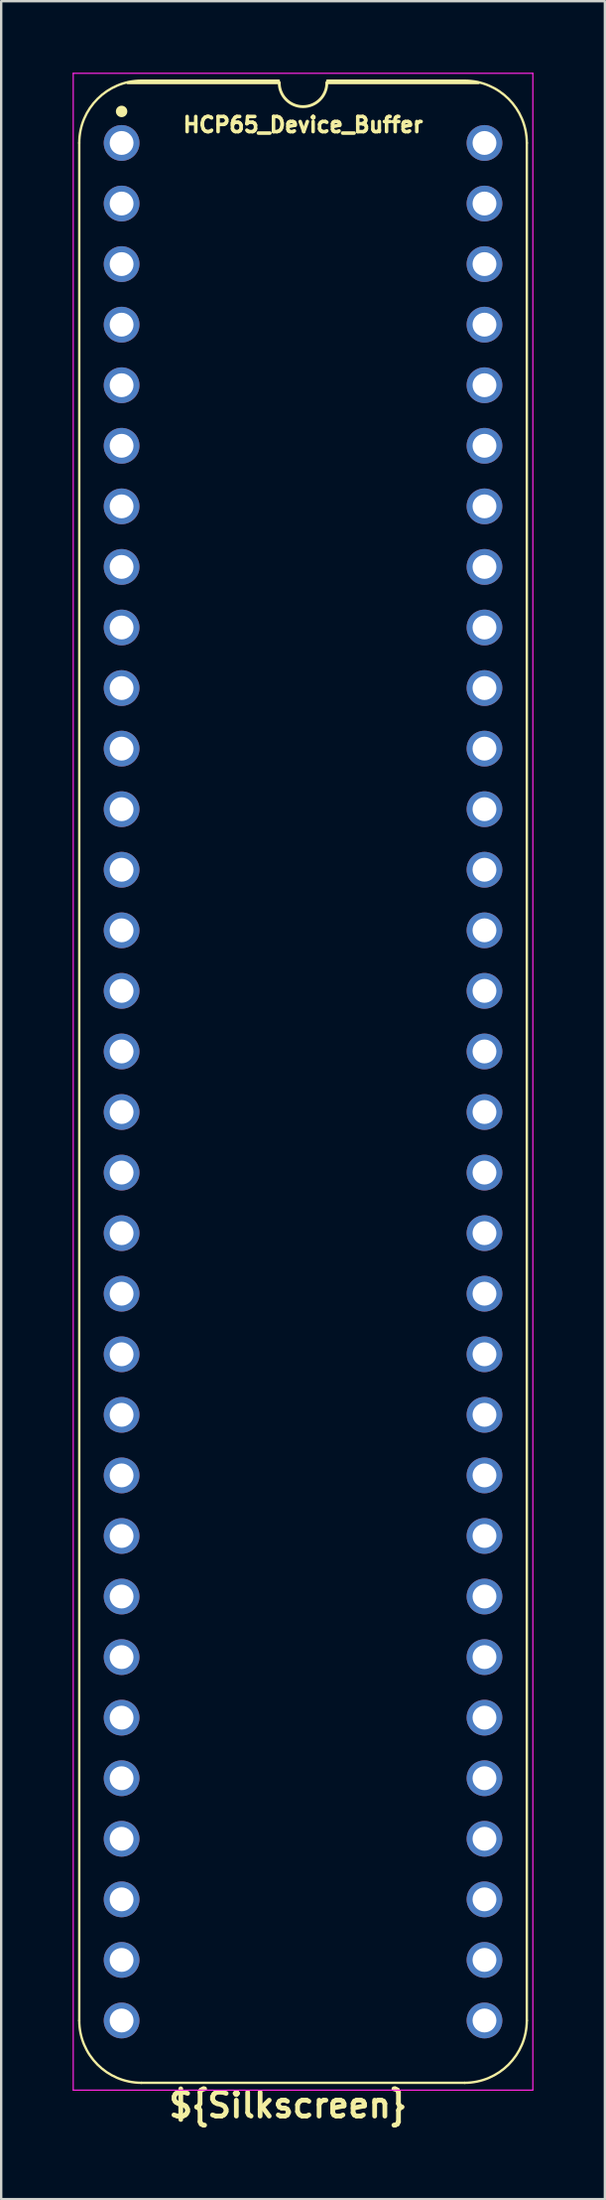
<source format=kicad_pcb>
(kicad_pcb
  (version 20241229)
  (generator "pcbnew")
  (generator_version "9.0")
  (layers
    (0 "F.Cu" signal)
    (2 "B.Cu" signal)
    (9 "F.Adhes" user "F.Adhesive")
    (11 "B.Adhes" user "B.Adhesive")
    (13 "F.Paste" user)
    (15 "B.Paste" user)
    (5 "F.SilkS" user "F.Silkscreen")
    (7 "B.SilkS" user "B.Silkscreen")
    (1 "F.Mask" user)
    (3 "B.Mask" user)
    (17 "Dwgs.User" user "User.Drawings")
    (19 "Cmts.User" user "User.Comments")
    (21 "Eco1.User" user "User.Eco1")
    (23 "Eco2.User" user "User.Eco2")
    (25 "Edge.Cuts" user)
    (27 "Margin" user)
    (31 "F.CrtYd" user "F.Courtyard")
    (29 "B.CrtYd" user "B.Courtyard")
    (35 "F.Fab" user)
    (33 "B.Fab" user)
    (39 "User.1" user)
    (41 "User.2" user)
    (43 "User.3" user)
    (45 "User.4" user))
  (footprint "HCP65_Device_Buffer"
    (layer "F.Cu")
    (at 2.057 2.946)
    (property "Reference" "HCP65_Device_Buffer" (at 7.62 -0.762 0) (layer "F.SilkS") (effects (font (size 0.635 0.635) (thickness 0.15))))
    (property "Silkscreen" "${Silkscreen}" (at 6.985 82.296 0) (layer "F.SilkS") (effects (font (size 1 1) (thickness 0.2))))
    (attr through_hole)
    (fp_line (start -1.778 78.74) (end -1.778 0) (stroke (width 0.1) (type solid)) (layer "F.SilkS"))
    (fp_line (start 0.836 -2.614) (end 6.604 -2.614) (stroke (width 0.1) (type solid)) (layer "F.SilkS"))
    (fp_line (start 6.62 -2.524) (end 0.254 -2.524) (stroke (width 0.12) (type solid)) (layer "F.SilkS"))
    (fp_line (start 8.636 -2.614) (end 14.404 -2.614) (stroke (width 0.1) (type solid)) (layer "F.SilkS"))
    (fp_line (start 14.404 81.354) (end 0.836 81.354) (stroke (width 0.1) (type solid)) (layer "F.SilkS"))
    (fp_line (start 14.986 -2.524) (end 8.62 -2.524) (stroke (width 0.12) (type solid)) (layer "F.SilkS"))
    (fp_line (start 17.018 78.74) (end 17.018 0) (stroke (width 0.1) (type solid)) (layer "F.SilkS"))
    (fp_arc (start -1.778 0) (mid -1.012456 -1.848188) (end 0.835732 -2.613732) (stroke (width 0.1) (type solid)) (layer "F.SilkS"))
    (fp_arc (start 0.835733 81.353733) (mid -1.012456 80.588189) (end -1.778 78.74) (stroke (width 0.1) (type solid)) (layer "F.SilkS"))
    (fp_arc (start 8.62 -2.524) (mid 7.62 -1.524) (end 6.62 -2.524) (stroke (width 0.12) (type solid)) (layer "F.SilkS"))
    (fp_arc (start 14.404268 -2.613732) (mid 16.252456 -1.848188) (end 17.018 0) (stroke (width 0.1) (type solid)) (layer "F.SilkS"))
    (fp_arc (start 17.018001 78.740001) (mid 16.252456 80.588188) (end 14.404269 81.353733) (stroke (width 0.1) (type solid)) (layer "F.SilkS"))
    (fp_circle (center 0 -1.323) (end 0.18 -1.323) (stroke (width 0.12) (type solid)) (fill yes) (layer "F.SilkS"))
    (fp_line (start -2.032 -2.921) (end -2.032 81.661) (stroke (width 0.05) (type solid)) (layer "F.CrtYd"))
    (fp_line (start -2.032 -2.921) (end 17.272 -2.921) (stroke (width 0.05) (type solid)) (layer "F.CrtYd"))
    (fp_line (start -2.032 81.661) (end 17.272 81.661) (stroke (width 0.05) (type solid)) (layer "F.CrtYd"))
    (fp_line (start 17.272 -2.921) (end 17.272 81.661) (stroke (width 0.05) (type solid)) (layer "F.CrtYd"))
    (pad "1" thru_hole circle (at 0 0) (size 1.5 1.5) (drill 1) (layers "*.Cu" "*.Mask"))
    (pad "2" thru_hole circle (at 0 2.54) (size 1.5 1.5) (drill 1) (layers "*.Cu" "*.Mask"))
    (pad "3" thru_hole circle (at 0 5.08) (size 1.5 1.5) (drill 1) (layers "*.Cu" "*.Mask"))
    (pad "4" thru_hole circle (at 0 7.62) (size 1.5 1.5) (drill 1) (layers "*.Cu" "*.Mask"))
    (pad "5" thru_hole circle (at 0 10.16) (size 1.5 1.5) (drill 1) (layers "*.Cu" "*.Mask"))
    (pad "6" thru_hole circle (at 0 12.7) (size 1.5 1.5) (drill 1) (layers "*.Cu" "*.Mask"))
    (pad "7" thru_hole circle (at 0 15.24) (size 1.5 1.5) (drill 1) (layers "*.Cu" "*.Mask"))
    (pad "8" thru_hole circle (at 0 17.78) (size 1.5 1.5) (drill 1) (layers "*.Cu" "*.Mask"))
    (pad "9" thru_hole circle (at 0 20.32) (size 1.5 1.5) (drill 1) (layers "*.Cu" "*.Mask"))
    (pad "10" thru_hole circle (at 0 22.86) (size 1.5 1.5) (drill 1) (layers "*.Cu" "*.Mask"))
    (pad "11" thru_hole circle (at 0 25.4) (size 1.5 1.5) (drill 1) (layers "*.Cu" "*.Mask"))
    (pad "12" thru_hole circle (at 0 27.94) (size 1.5 1.5) (drill 1) (layers "*.Cu" "*.Mask"))
    (pad "13" thru_hole circle (at 0 30.48) (size 1.5 1.5) (drill 1) (layers "*.Cu" "*.Mask"))
    (pad "14" thru_hole circle (at 0 33.02) (size 1.5 1.5) (drill 1) (layers "*.Cu" "*.Mask"))
    (pad "15" thru_hole circle (at 0 35.56) (size 1.5 1.5) (drill 1) (layers "*.Cu" "*.Mask"))
    (pad "16" thru_hole circle (at 0 38.1) (size 1.5 1.5) (drill 1) (layers "*.Cu" "*.Mask"))
    (pad "17" thru_hole circle (at 0 40.64) (size 1.5 1.5) (drill 1) (layers "*.Cu" "*.Mask"))
    (pad "18" thru_hole circle (at 0 43.18) (size 1.5 1.5) (drill 1) (layers "*.Cu" "*.Mask"))
    (pad "19" thru_hole circle (at 0 45.72) (size 1.5 1.5) (drill 1) (layers "*.Cu" "*.Mask"))
    (pad "20" thru_hole circle (at 0 48.26) (size 1.5 1.5) (drill 1) (layers "*.Cu" "*.Mask"))
    (pad "21" thru_hole circle (at 0 50.8) (size 1.5 1.5) (drill 1) (layers "*.Cu" "*.Mask"))
    (pad "22" thru_hole circle (at 0 53.34) (size 1.5 1.5) (drill 1) (layers "*.Cu" "*.Mask"))
    (pad "23" thru_hole circle (at 0 55.88) (size 1.5 1.5) (drill 1) (layers "*.Cu" "*.Mask"))
    (pad "24" thru_hole circle (at 0 58.42) (size 1.5 1.5) (drill 1) (layers "*.Cu" "*.Mask"))
    (pad "25" thru_hole circle (at 0 60.96) (size 1.5 1.5) (drill 1) (layers "*.Cu" "*.Mask"))
    (pad "26" thru_hole circle (at 0 63.5) (size 1.5 1.5) (drill 1) (layers "*.Cu" "*.Mask"))
    (pad "27" thru_hole circle (at 0 66.04) (size 1.5 1.5) (drill 1) (layers "*.Cu" "*.Mask"))
    (pad "28" thru_hole circle (at 0 68.58) (size 1.5 1.5) (drill 1) (layers "*.Cu" "*.Mask"))
    (pad "29" thru_hole circle (at 0 71.12) (size 1.5 1.5) (drill 1) (layers "*.Cu" "*.Mask"))
    (pad "30" thru_hole circle (at 0 73.66) (size 1.5 1.5) (drill 1) (layers "*.Cu" "*.Mask"))
    (pad "31" thru_hole circle (at 0 76.2) (size 1.5 1.5) (drill 1) (layers "*.Cu" "*.Mask"))
    (pad "32" thru_hole circle (at 0 78.74) (size 1.5 1.5) (drill 1) (layers "*.Cu" "*.Mask"))
    (pad "33" thru_hole circle (at 15.24 78.74) (size 1.5 1.5) (drill 1) (layers "*.Cu" "*.Mask"))
    (pad "34" thru_hole circle (at 15.24 76.2) (size 1.5 1.5) (drill 1) (layers "*.Cu" "*.Mask"))
    (pad "35" thru_hole circle (at 15.24 73.66) (size 1.5 1.5) (drill 1) (layers "*.Cu" "*.Mask"))
    (pad "36" thru_hole circle (at 15.24 71.12) (size 1.5 1.5) (drill 1) (layers "*.Cu" "*.Mask"))
    (pad "37" thru_hole circle (at 15.24 68.58) (size 1.5 1.5) (drill 1) (layers "*.Cu" "*.Mask"))
    (pad "38" thru_hole circle (at 15.24 66.04) (size 1.5 1.5) (drill 1) (layers "*.Cu" "*.Mask"))
    (pad "39" thru_hole circle (at 15.24 63.5) (size 1.5 1.5) (drill 1) (layers "*.Cu" "*.Mask"))
    (pad "40" thru_hole circle (at 15.24 60.96) (size 1.5 1.5) (drill 1) (layers "*.Cu" "*.Mask"))
    (pad "41" thru_hole circle (at 15.24 58.42) (size 1.5 1.5) (drill 1) (layers "*.Cu" "*.Mask"))
    (pad "42" thru_hole circle (at 15.24 55.88) (size 1.5 1.5) (drill 1) (layers "*.Cu" "*.Mask"))
    (pad "43" thru_hole circle (at 15.24 53.34) (size 1.5 1.5) (drill 1) (layers "*.Cu" "*.Mask"))
    (pad "44" thru_hole circle (at 15.24 50.8) (size 1.5 1.5) (drill 1) (layers "*.Cu" "*.Mask"))
    (pad "45" thru_hole circle (at 15.24 48.26) (size 1.5 1.5) (drill 1) (layers "*.Cu" "*.Mask"))
    (pad "46" thru_hole circle (at 15.24 45.72) (size 1.5 1.5) (drill 1) (layers "*.Cu" "*.Mask"))
    (pad "47" thru_hole circle (at 15.24 43.18) (size 1.5 1.5) (drill 1) (layers "*.Cu" "*.Mask"))
    (pad "48" thru_hole circle (at 15.24 40.64) (size 1.5 1.5) (drill 1) (layers "*.Cu" "*.Mask"))
    (pad "49" thru_hole circle (at 15.24 38.1) (size 1.5 1.5) (drill 1) (layers "*.Cu" "*.Mask"))
    (pad "50" thru_hole circle (at 15.24 35.56) (size 1.5 1.5) (drill 1) (layers "*.Cu" "*.Mask"))
    (pad "51" thru_hole circle (at 15.24 33.02) (size 1.5 1.5) (drill 1) (layers "*.Cu" "*.Mask"))
    (pad "52" thru_hole circle (at 15.24 30.48) (size 1.5 1.5) (drill 1) (layers "*.Cu" "*.Mask"))
    (pad "53" thru_hole circle (at 15.24 27.94) (size 1.5 1.5) (drill 1) (layers "*.Cu" "*.Mask"))
    (pad "54" thru_hole circle (at 15.24 25.4) (size 1.5 1.5) (drill 1) (layers "*.Cu" "*.Mask"))
    (pad "55" thru_hole circle (at 15.24 22.86) (size 1.5 1.5) (drill 1) (layers "*.Cu" "*.Mask"))
    (pad "56" thru_hole circle (at 15.24 20.32) (size 1.5 1.5) (drill 1) (layers "*.Cu" "*.Mask"))
    (pad "57" thru_hole circle (at 15.24 17.78) (size 1.5 1.5) (drill 1) (layers "*.Cu" "*.Mask"))
    (pad "58" thru_hole circle (at 15.24 15.24) (size 1.5 1.5) (drill 1) (layers "*.Cu" "*.Mask"))
    (pad "59" thru_hole circle (at 15.24 12.7) (size 1.5 1.5) (drill 1) (layers "*.Cu" "*.Mask"))
    (pad "60" thru_hole circle (at 15.24 10.16) (size 1.5 1.5) (drill 1) (layers "*.Cu" "*.Mask"))
    (pad "61" thru_hole circle (at 15.24 7.62) (size 1.5 1.5) (drill 1) (layers "*.Cu" "*.Mask"))
    (pad "62" thru_hole circle (at 15.24 5.08) (size 1.5 1.5) (drill 1) (layers "*.Cu" "*.Mask"))
    (pad "63" thru_hole circle (at 15.24 2.54) (size 1.5 1.5) (drill 1) (layers "*.Cu" "*.Mask"))
    (pad "64" thru_hole circle (at 15.24 0) (size 1.5 1.5) (drill 1) (layers "*.Cu" "*.Mask")))
  (gr_rect
    (start -3 -3)
    (end 22.354 89.178)
    (stroke (width 0.1) (type default))
    (fill no)
    (layer "Edge.Cuts")))
</source>
